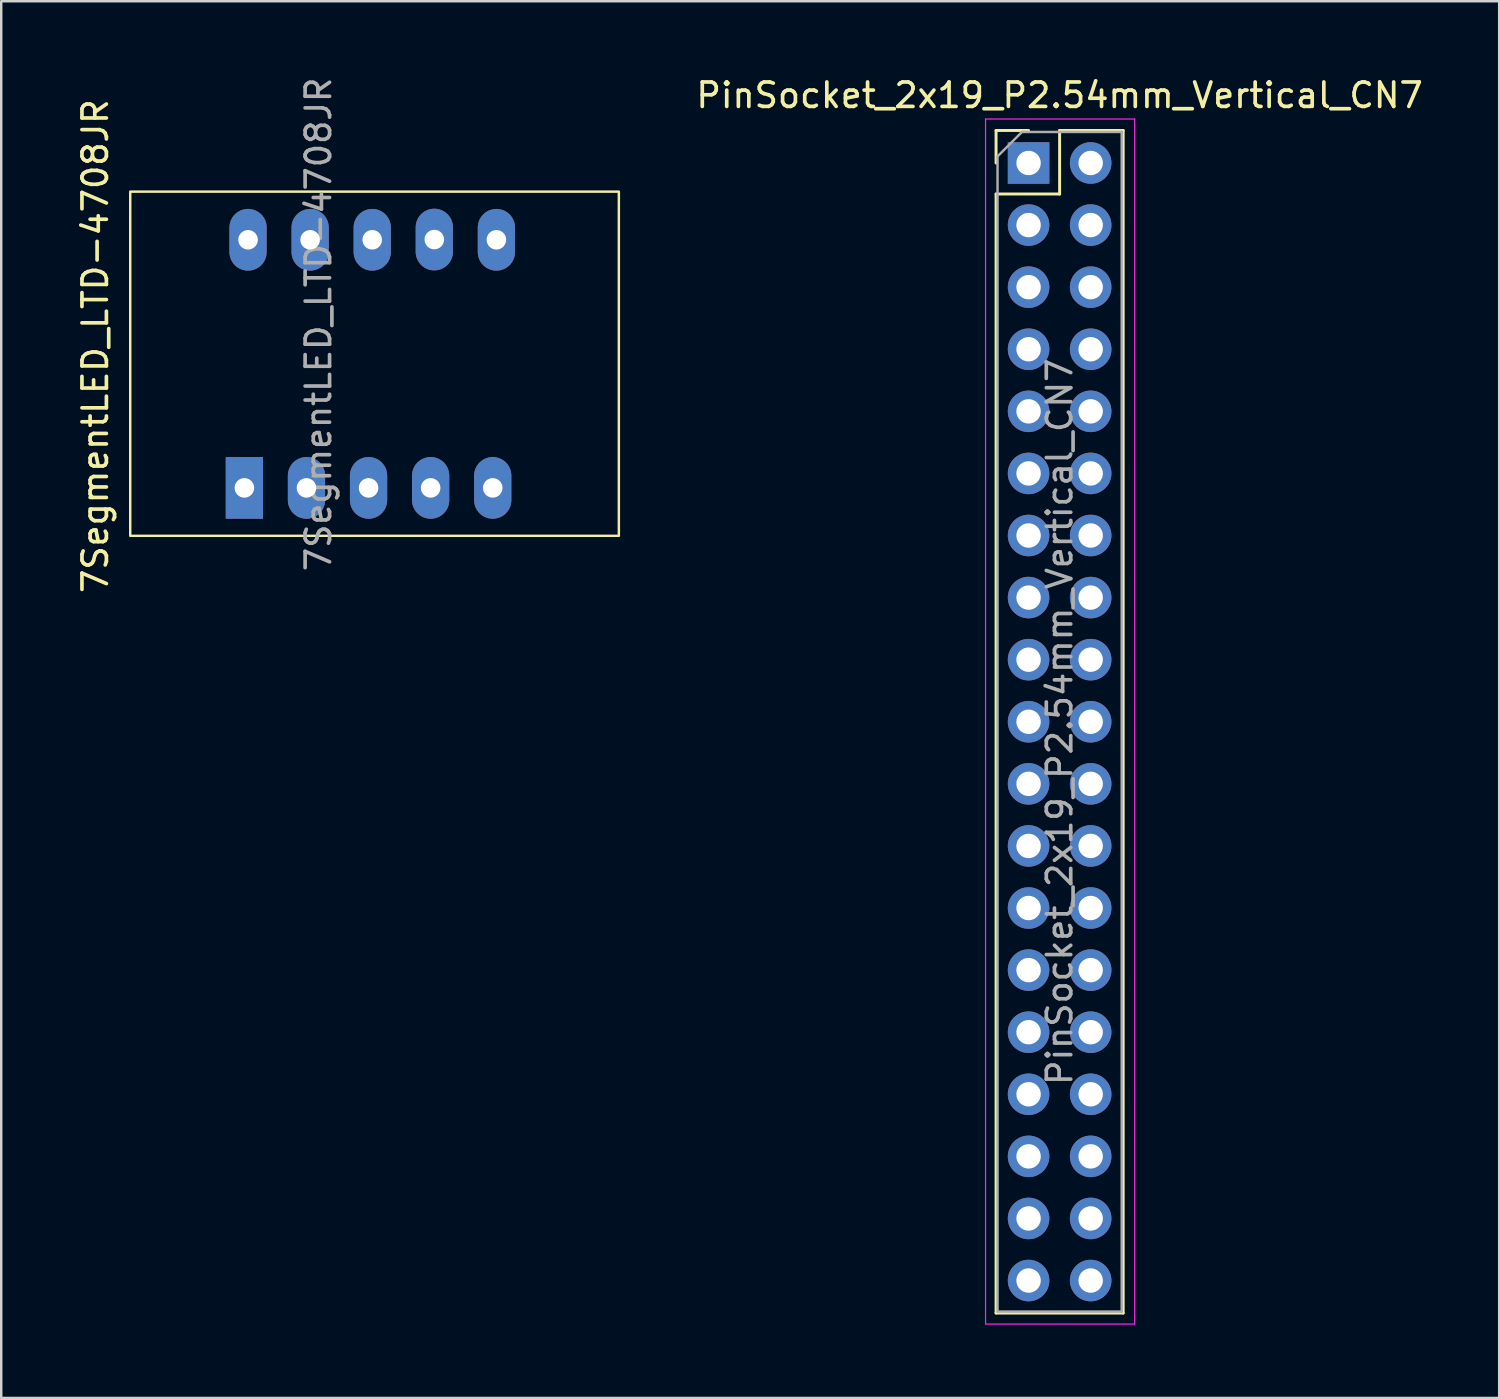
<source format=kicad_pcb>
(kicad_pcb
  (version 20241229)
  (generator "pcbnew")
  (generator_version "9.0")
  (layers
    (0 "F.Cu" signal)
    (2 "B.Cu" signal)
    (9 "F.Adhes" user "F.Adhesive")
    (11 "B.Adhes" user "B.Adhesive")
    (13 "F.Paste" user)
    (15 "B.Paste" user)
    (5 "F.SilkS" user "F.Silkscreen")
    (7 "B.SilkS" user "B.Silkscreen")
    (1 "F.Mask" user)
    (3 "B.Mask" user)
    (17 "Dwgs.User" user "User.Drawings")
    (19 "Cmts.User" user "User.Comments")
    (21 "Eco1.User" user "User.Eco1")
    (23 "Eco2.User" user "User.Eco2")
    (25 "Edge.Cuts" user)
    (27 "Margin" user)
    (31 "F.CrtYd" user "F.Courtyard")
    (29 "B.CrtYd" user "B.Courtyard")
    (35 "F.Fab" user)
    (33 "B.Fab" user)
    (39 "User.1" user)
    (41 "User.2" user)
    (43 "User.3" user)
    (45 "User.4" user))
  (footprint "PinSocket_2x19_P2.54mm_Vertical_CN7"
    (layer "F.Cu")
    (at 42.41 3.618)
    (property "Reference" "PinSocket_2x19_P2.54mm_Vertical_CN7" (at -2.11 -2.77 0) (layer "F.SilkS") (effects (font (size 1 1) (thickness 0.15))))
    (attr through_hole)
    (fp_line (start -4.71 -1.33) (end -4.71 0) (stroke (width 0.12) (type solid)) (layer "F.SilkS"))
    (fp_line (start -4.71 1.27) (end -4.71 47.05) (stroke (width 0.12) (type solid)) (layer "F.SilkS"))
    (fp_line (start -3.38 -1.33) (end -4.71 -1.33) (stroke (width 0.12) (type solid)) (layer "F.SilkS"))
    (fp_line (start -2.11 -1.33) (end -2.11 1.27) (stroke (width 0.12) (type solid)) (layer "F.SilkS"))
    (fp_line (start -2.11 1.27) (end -4.71 1.27) (stroke (width 0.12) (type solid)) (layer "F.SilkS"))
    (fp_line (start 0.49 -1.33) (end -2.11 -1.33) (stroke (width 0.12) (type solid)) (layer "F.SilkS"))
    (fp_line (start 0.49 -1.33) (end 0.49 47.05) (stroke (width 0.12) (type solid)) (layer "F.SilkS"))
    (fp_line (start 0.49 47.05) (end -4.71 47.05) (stroke (width 0.12) (type solid)) (layer "F.SilkS"))
    (fp_line (start -5.14 -1.8) (end -5.14 47.5) (stroke (width 0.05) (type solid)) (layer "F.CrtYd"))
    (fp_line (start -5.14 47.5) (end 0.96 47.5) (stroke (width 0.05) (type solid)) (layer "F.CrtYd"))
    (fp_line (start 0.96 -1.8) (end -5.14 -1.8) (stroke (width 0.05) (type solid)) (layer "F.CrtYd"))
    (fp_line (start 0.96 47.5) (end 0.96 -1.8) (stroke (width 0.05) (type solid)) (layer "F.CrtYd"))
    (fp_line (start -4.65 -0.27) (end -4.65 46.99) (stroke (width 0.1) (type solid)) (layer "F.Fab"))
    (fp_line (start -4.65 46.99) (end 0.43 46.99) (stroke (width 0.1) (type solid)) (layer "F.Fab"))
    (fp_line (start -3.65 -1.27) (end -4.65 -0.27) (stroke (width 0.1) (type solid)) (layer "F.Fab"))
    (fp_line (start 0.43 -1.27) (end -3.65 -1.27) (stroke (width 0.1) (type solid)) (layer "F.Fab"))
    (fp_line (start 0.43 46.99) (end 0.43 -1.27) (stroke (width 0.1) (type solid)) (layer "F.Fab"))
    (fp_text user "${REFERENCE}" (at -2.11 22.86 90) (layer "F.Fab") (effects (font (size 1 1) (thickness 0.15))))
    (pad "1" thru_hole rect (at -3.38 0) (size 1.7 1.7) (drill 1) (layers "*.Cu" "*.Mask"))
    (pad "2" thru_hole oval (at -0.84 0) (size 1.7 1.7) (drill 1) (layers "*.Cu" "*.Mask"))
    (pad "3" thru_hole oval (at -3.38 2.54) (size 1.7 1.7) (drill 1) (layers "*.Cu" "*.Mask"))
    (pad "4" thru_hole oval (at -0.84 2.54) (size 1.7 1.7) (drill 1) (layers "*.Cu" "*.Mask"))
    (pad "5" thru_hole oval (at -3.38 5.08) (size 1.7 1.7) (drill 1) (layers "*.Cu" "*.Mask"))
    (pad "6" thru_hole oval (at -0.84 5.08) (size 1.7 1.7) (drill 1) (layers "*.Cu" "*.Mask"))
    (pad "7" thru_hole oval (at -3.38 7.62) (size 1.7 1.7) (drill 1) (layers "*.Cu" "*.Mask"))
    (pad "8" thru_hole oval (at -0.84 7.62) (size 1.7 1.7) (drill 1) (layers "*.Cu" "*.Mask"))
    (pad "9" thru_hole oval (at -3.38 10.16) (size 1.7 1.7) (drill 1) (layers "*.Cu" "*.Mask"))
    (pad "10" thru_hole oval (at -0.84 10.16) (size 1.7 1.7) (drill 1) (layers "*.Cu" "*.Mask"))
    (pad "11" thru_hole oval (at -3.38 12.7) (size 1.7 1.7) (drill 1) (layers "*.Cu" "*.Mask"))
    (pad "12" thru_hole oval (at -0.84 12.7) (size 1.7 1.7) (drill 1) (layers "*.Cu" "*.Mask"))
    (pad "13" thru_hole oval (at -3.38 15.24) (size 1.7 1.7) (drill 1) (layers "*.Cu" "*.Mask"))
    (pad "14" thru_hole oval (at -0.84 15.24) (size 1.7 1.7) (drill 1) (layers "*.Cu" "*.Mask"))
    (pad "15" thru_hole oval (at -3.38 17.78) (size 1.7 1.7) (drill 1) (layers "*.Cu" "*.Mask"))
    (pad "16" thru_hole oval (at -0.84 17.78) (size 1.7 1.7) (drill 1) (layers "*.Cu" "*.Mask"))
    (pad "17" thru_hole oval (at -3.38 20.32) (size 1.7 1.7) (drill 1) (layers "*.Cu" "*.Mask"))
    (pad "18" thru_hole oval (at -0.84 20.32) (size 1.7 1.7) (drill 1) (layers "*.Cu" "*.Mask"))
    (pad "19" thru_hole oval (at -3.38 22.86) (size 1.7 1.7) (drill 1) (layers "*.Cu" "*.Mask"))
    (pad "20" thru_hole oval (at -0.84 22.86) (size 1.7 1.7) (drill 1) (layers "*.Cu" "*.Mask"))
    (pad "21" thru_hole oval (at -3.38 25.4) (size 1.7 1.7) (drill 1) (layers "*.Cu" "*.Mask"))
    (pad "22" thru_hole oval (at -0.84 25.4) (size 1.7 1.7) (drill 1) (layers "*.Cu" "*.Mask"))
    (pad "23" thru_hole oval (at -3.38 27.94) (size 1.7 1.7) (drill 1) (layers "*.Cu" "*.Mask"))
    (pad "24" thru_hole oval (at -0.84 27.94) (size 1.7 1.7) (drill 1) (layers "*.Cu" "*.Mask"))
    (pad "25" thru_hole oval (at -3.38 30.48) (size 1.7 1.7) (drill 1) (layers "*.Cu" "*.Mask"))
    (pad "26" thru_hole oval (at -0.84 30.48) (size 1.7 1.7) (drill 1) (layers "*.Cu" "*.Mask"))
    (pad "27" thru_hole oval (at -3.38 33.02) (size 1.7 1.7) (drill 1) (layers "*.Cu" "*.Mask"))
    (pad "28" thru_hole oval (at -0.84 33.02) (size 1.7 1.7) (drill 1) (layers "*.Cu" "*.Mask"))
    (pad "29" thru_hole oval (at -3.38 35.56) (size 1.7 1.7) (drill 1) (layers "*.Cu" "*.Mask"))
    (pad "30" thru_hole oval (at -0.84 35.56) (size 1.7 1.7) (drill 1) (layers "*.Cu" "*.Mask"))
    (pad "31" thru_hole oval (at -3.38 38.1) (size 1.7 1.7) (drill 1) (layers "*.Cu" "*.Mask"))
    (pad "32" thru_hole oval (at -0.84 38.1) (size 1.7 1.7) (drill 1) (layers "*.Cu" "*.Mask"))
    (pad "33" thru_hole oval (at -3.38 40.64) (size 1.7 1.7) (drill 1) (layers "*.Cu" "*.Mask"))
    (pad "34" thru_hole oval (at -0.84 40.64) (size 1.7 1.7) (drill 1) (layers "*.Cu" "*.Mask"))
    (pad "35" thru_hole oval (at -3.38 43.18) (size 1.7 1.7) (drill 1) (layers "*.Cu" "*.Mask"))
    (pad "36" thru_hole oval (at -0.84 43.18) (size 1.7 1.7) (drill 1) (layers "*.Cu" "*.Mask"))
    (pad "37" thru_hole oval (at -3.38 45.72) (size 1.7 1.7) (drill 1) (layers "*.Cu" "*.Mask"))
    (pad "38" thru_hole oval (at -0.84 45.72) (size 1.7 1.7) (drill 1) (layers "*.Cu" "*.Mask")))
  (footprint "7SegmentLED_LTD-4708JR"
    (layer "F.Cu")
    (at 2.358 5.39)
    (property "Reference" "7SegmentLED_LTD-4708JR" (at -1.51 5.72 90) (layer "F.SilkS") (effects (font (size 1 1) (thickness 0.15))))
    (attr through_hole)
    (fp_rect (start -0.08 -0.6) (end 19.91 13.48) (stroke (width 0.1) (type default)) (fill no) (layer "F.SilkS"))
    (fp_text user "${REFERENCE}" (at 7.62 4.83 90) (layer "F.Fab") (effects (font (size 1 1) (thickness 0.15))))
    (pad "1" thru_hole rect (at 4.59 11.52) (size 1.524 2.524) (drill 0.8) (layers "*.Cu" "*.Mask"))
    (pad "2" thru_hole oval (at 7.13 11.52) (size 1.524 2.524) (drill 0.8) (layers "*.Cu" "*.Mask"))
    (pad "3" thru_hole oval (at 9.67 11.52) (size 1.524 2.524) (drill 0.8) (layers "*.Cu" "*.Mask"))
    (pad "4" thru_hole oval (at 12.21 11.52) (size 1.524 2.524) (drill 0.8) (layers "*.Cu" "*.Mask"))
    (pad "5" thru_hole oval (at 14.75 11.52) (size 1.524 2.524) (drill 0.8) (layers "*.Cu" "*.Mask"))
    (pad "6" thru_hole oval (at 14.9 1.37) (size 1.524 2.524) (drill 0.8) (layers "*.Cu" "*.Mask"))
    (pad "7" thru_hole oval (at 12.36 1.36) (size 1.524 2.524) (drill 0.8) (layers "*.Cu" "*.Mask"))
    (pad "8" thru_hole oval (at 9.82 1.37) (size 1.524 2.524) (drill 0.8) (layers "*.Cu" "*.Mask"))
    (pad "9" thru_hole oval (at 7.28 1.37) (size 1.524 2.524) (drill 0.8) (layers "*.Cu" "*.Mask"))
    (pad "10" thru_hole oval (at 4.74 1.37) (size 1.524 2.524) (drill 0.8) (layers "*.Cu" "*.Mask")))
  (gr_rect
    (start -3 -3)
    (end 58.283 54.143)
    (stroke (width 0.1) (type default))
    (fill no)
    (layer "Edge.Cuts")))
</source>
